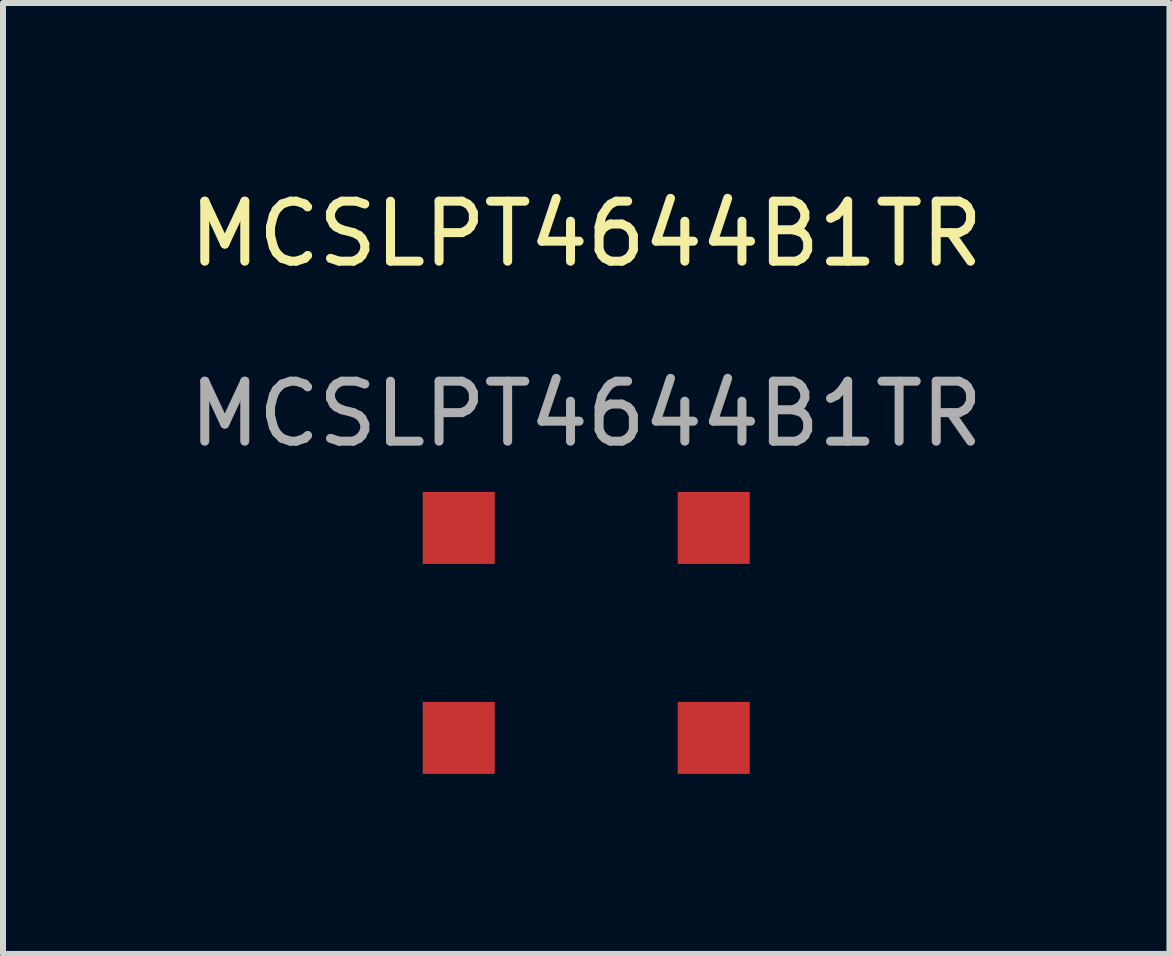
<source format=kicad_pcb>
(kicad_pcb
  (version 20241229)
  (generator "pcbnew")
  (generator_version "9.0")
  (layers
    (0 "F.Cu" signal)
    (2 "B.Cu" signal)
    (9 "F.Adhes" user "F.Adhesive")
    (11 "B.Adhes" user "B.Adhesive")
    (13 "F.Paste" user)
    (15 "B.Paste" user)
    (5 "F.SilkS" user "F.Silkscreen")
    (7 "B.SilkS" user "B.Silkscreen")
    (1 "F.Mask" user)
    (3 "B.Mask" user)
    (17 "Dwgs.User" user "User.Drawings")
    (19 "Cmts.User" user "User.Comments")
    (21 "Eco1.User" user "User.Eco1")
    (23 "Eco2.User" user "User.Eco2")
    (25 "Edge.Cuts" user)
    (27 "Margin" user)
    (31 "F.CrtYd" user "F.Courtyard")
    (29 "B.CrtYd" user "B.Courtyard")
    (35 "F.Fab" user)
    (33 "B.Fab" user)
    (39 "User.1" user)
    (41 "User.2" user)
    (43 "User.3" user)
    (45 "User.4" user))
  (footprint "MCSLPT4644B1TR"
    (layer "F.Cu")
    (at 6.72 7.498)
    (property "Reference" "MCSLPT4644B1TR" (at 0 -6.65 0) (unlocked yes) (layer "F.SilkS") (effects (font (size 1 1) (thickness 0.15))))
    (attr smd)
    (fp_text user "${REFERENCE}" (at 0 -3.65 0) (unlocked yes) (layer "F.Fab") (effects (font (size 1 1) (thickness 0.15))))
    (pad "1" smd rect (at -2.125 -1.75) (size 1.2 1.2) (layers "F.Cu" "F.Mask" "F.Paste"))
    (pad "2" smd rect (at -2.125 1.75) (size 1.2 1.2) (layers "F.Cu" "F.Mask" "F.Paste"))
    (pad "3" smd rect (at 2.125 -1.75) (size 1.2 1.2) (layers "F.Cu" "F.Mask" "F.Paste"))
    (pad "4" smd rect (at 2.125 1.75) (size 1.2 1.2) (layers "F.Cu" "F.Mask" "F.Paste")))
  (gr_rect
    (start -3 -3)
    (end 16.44 12.848)
    (stroke (width 0.1) (type default))
    (fill no)
    (layer "Edge.Cuts")))
</source>
